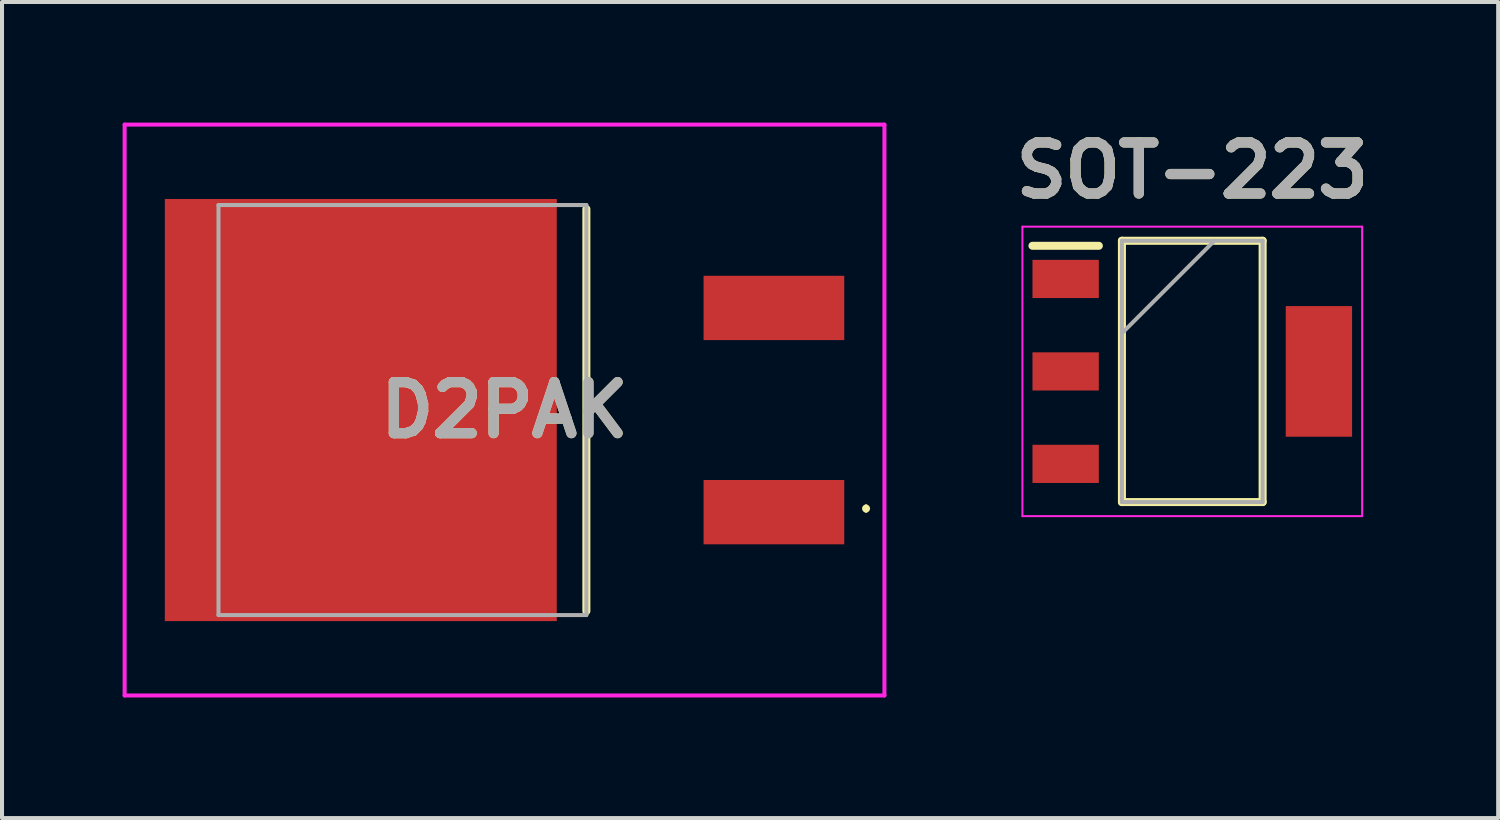
<source format=kicad_pcb>
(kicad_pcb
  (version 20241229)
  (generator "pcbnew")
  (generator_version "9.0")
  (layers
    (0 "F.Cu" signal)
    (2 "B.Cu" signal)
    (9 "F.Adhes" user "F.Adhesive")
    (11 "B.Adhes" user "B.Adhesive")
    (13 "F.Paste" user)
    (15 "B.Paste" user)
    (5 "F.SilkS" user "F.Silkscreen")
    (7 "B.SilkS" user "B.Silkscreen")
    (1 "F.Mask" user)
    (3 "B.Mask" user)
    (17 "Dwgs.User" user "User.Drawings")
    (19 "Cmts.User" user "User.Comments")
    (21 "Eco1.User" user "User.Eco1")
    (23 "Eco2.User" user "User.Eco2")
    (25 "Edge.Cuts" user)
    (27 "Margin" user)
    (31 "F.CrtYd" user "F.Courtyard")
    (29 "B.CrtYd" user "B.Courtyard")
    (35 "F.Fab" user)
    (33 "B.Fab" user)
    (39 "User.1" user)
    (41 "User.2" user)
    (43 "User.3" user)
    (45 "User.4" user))
  (footprint "SOT-223"
    (layer "F.Cu")
    (at 26.608 6.189)
    (property "Reference" "SOT-223" (at 0 -5 0) (layer "F.SilkS") (effects (font (size 1.27 1.27) (thickness 0.254))))
    (attr smd)
    (fp_line (start -3.975 -3.125) (end -2.325 -3.125) (stroke (width 0.2) (type solid)) (layer "F.SilkS"))
    (fp_line (start -1.75 -3.25) (end 1.75 -3.25) (stroke (width 0.2) (type solid)) (layer "F.SilkS"))
    (fp_line (start -1.75 3.25) (end -1.75 -3.25) (stroke (width 0.2) (type solid)) (layer "F.SilkS"))
    (fp_line (start 1.75 -3.25) (end 1.75 3.25) (stroke (width 0.2) (type solid)) (layer "F.SilkS"))
    (fp_line (start 1.75 3.25) (end -1.75 3.25) (stroke (width 0.2) (type solid)) (layer "F.SilkS"))
    (fp_line (start -4.225 -3.6) (end 4.225 -3.6) (stroke (width 0.05) (type solid)) (layer "F.CrtYd"))
    (fp_line (start -4.225 3.6) (end -4.225 -3.6) (stroke (width 0.05) (type solid)) (layer "F.CrtYd"))
    (fp_line (start 4.225 -3.6) (end 4.225 3.6) (stroke (width 0.05) (type solid)) (layer "F.CrtYd"))
    (fp_line (start 4.225 3.6) (end -4.225 3.6) (stroke (width 0.05) (type solid)) (layer "F.CrtYd"))
    (fp_line (start -1.75 -3.25) (end 1.75 -3.25) (stroke (width 0.1) (type solid)) (layer "F.Fab"))
    (fp_line (start -1.75 -0.95) (end 0.55 -3.25) (stroke (width 0.1) (type solid)) (layer "F.Fab"))
    (fp_line (start -1.75 3.25) (end -1.75 -3.25) (stroke (width 0.1) (type solid)) (layer "F.Fab"))
    (fp_line (start 1.75 -3.25) (end 1.75 3.25) (stroke (width 0.1) (type solid)) (layer "F.Fab"))
    (fp_line (start 1.75 3.25) (end -1.75 3.25) (stroke (width 0.1) (type solid)) (layer "F.Fab"))
    (fp_text user "${REFERENCE}" (at 0 -5 0) (layer "F.Fab") (effects (font (size 1.27 1.27) (thickness 0.254))))
    (pad "1" smd rect (at -3.15 -2.3 90) (size 0.95 1.65) (layers "F.Cu" "F.Mask" "F.Paste"))
    (pad "2" smd rect (at -3.15 0 90) (size 0.95 1.65) (layers "F.Cu" "F.Mask" "F.Paste"))
    (pad "2" smd rect (at 3.15 0) (size 1.65 3.25) (layers "F.Cu" "F.Mask" "F.Paste"))
    (pad "3" smd rect (at -3.15 2.3 90) (size 0.95 1.65) (layers "F.Cu" "F.Mask" "F.Paste")))
  (footprint "D2PAK"
    (layer "F.Cu")
    (at 9.293 7.15)
    (property "Reference" "D2PAK" (at 0.207 0 0) (layer "F.SilkS") (effects (font (size 1.27 1.27) (thickness 0.254))))
    (attr smd)
    (fp_line (start 2.243 5) (end 2.243 -5) (stroke (width 0.2) (type solid)) (layer "F.SilkS"))
    (fp_line (start 9.2 2.4) (end 9.2 2.4) (stroke (width 0.1) (type solid)) (layer "F.SilkS"))
    (fp_line (start 9.2 2.5) (end 9.2 2.5) (stroke (width 0.1) (type solid)) (layer "F.SilkS"))
    (fp_arc (start 9.2 2.4) (mid 9.25 2.45) (end 9.2 2.5) (stroke (width 0.1) (type solid)) (layer "F.SilkS"))
    (fp_arc (start 9.2 2.5) (mid 9.15 2.45) (end 9.2 2.4) (stroke (width 0.1) (type solid)) (layer "F.SilkS"))
    (fp_line (start -9.243 -7.1) (end 9.657 -7.1) (stroke (width 0.1) (type solid)) (layer "F.CrtYd"))
    (fp_line (start -9.243 7.1) (end -9.243 -7.1) (stroke (width 0.1) (type solid)) (layer "F.CrtYd"))
    (fp_line (start 9.657 -7.1) (end 9.657 7.1) (stroke (width 0.1) (type solid)) (layer "F.CrtYd"))
    (fp_line (start 9.657 7.1) (end -9.243 7.1) (stroke (width 0.1) (type solid)) (layer "F.CrtYd"))
    (fp_line (start -6.908 -5.1) (end 2.243 -5.1) (stroke (width 0.1) (type solid)) (layer "F.Fab"))
    (fp_line (start -6.908 5.1) (end -6.908 -5.1) (stroke (width 0.1) (type solid)) (layer "F.Fab"))
    (fp_line (start 2.243 -5.1) (end 2.243 5.1) (stroke (width 0.1) (type solid)) (layer "F.Fab"))
    (fp_line (start 2.243 5.1) (end -6.908 5.1) (stroke (width 0.1) (type solid)) (layer "F.Fab"))
    (fp_text user "${REFERENCE}" (at 0.207 0 0) (layer "F.Fab") (effects (font (size 1.27 1.27) (thickness 0.254))))
    (pad "1" smd rect (at 6.908 2.54 90) (size 1.6 3.5) (layers "F.Cu" "F.Mask" "F.Paste"))
    (pad "2" smd rect (at -3.368 0) (size 9.75 10.5) (layers "F.Cu" "F.Mask" "F.Paste"))
    (pad "3" smd rect (at 6.908 -2.54 90) (size 1.6 3.5) (layers "F.Cu" "F.Mask" "F.Paste")))
  (gr_rect
    (start -3 -3)
    (end 34.217 17.3)
    (stroke (width 0.1) (type default))
    (fill no)
    (layer "Edge.Cuts")))
</source>
